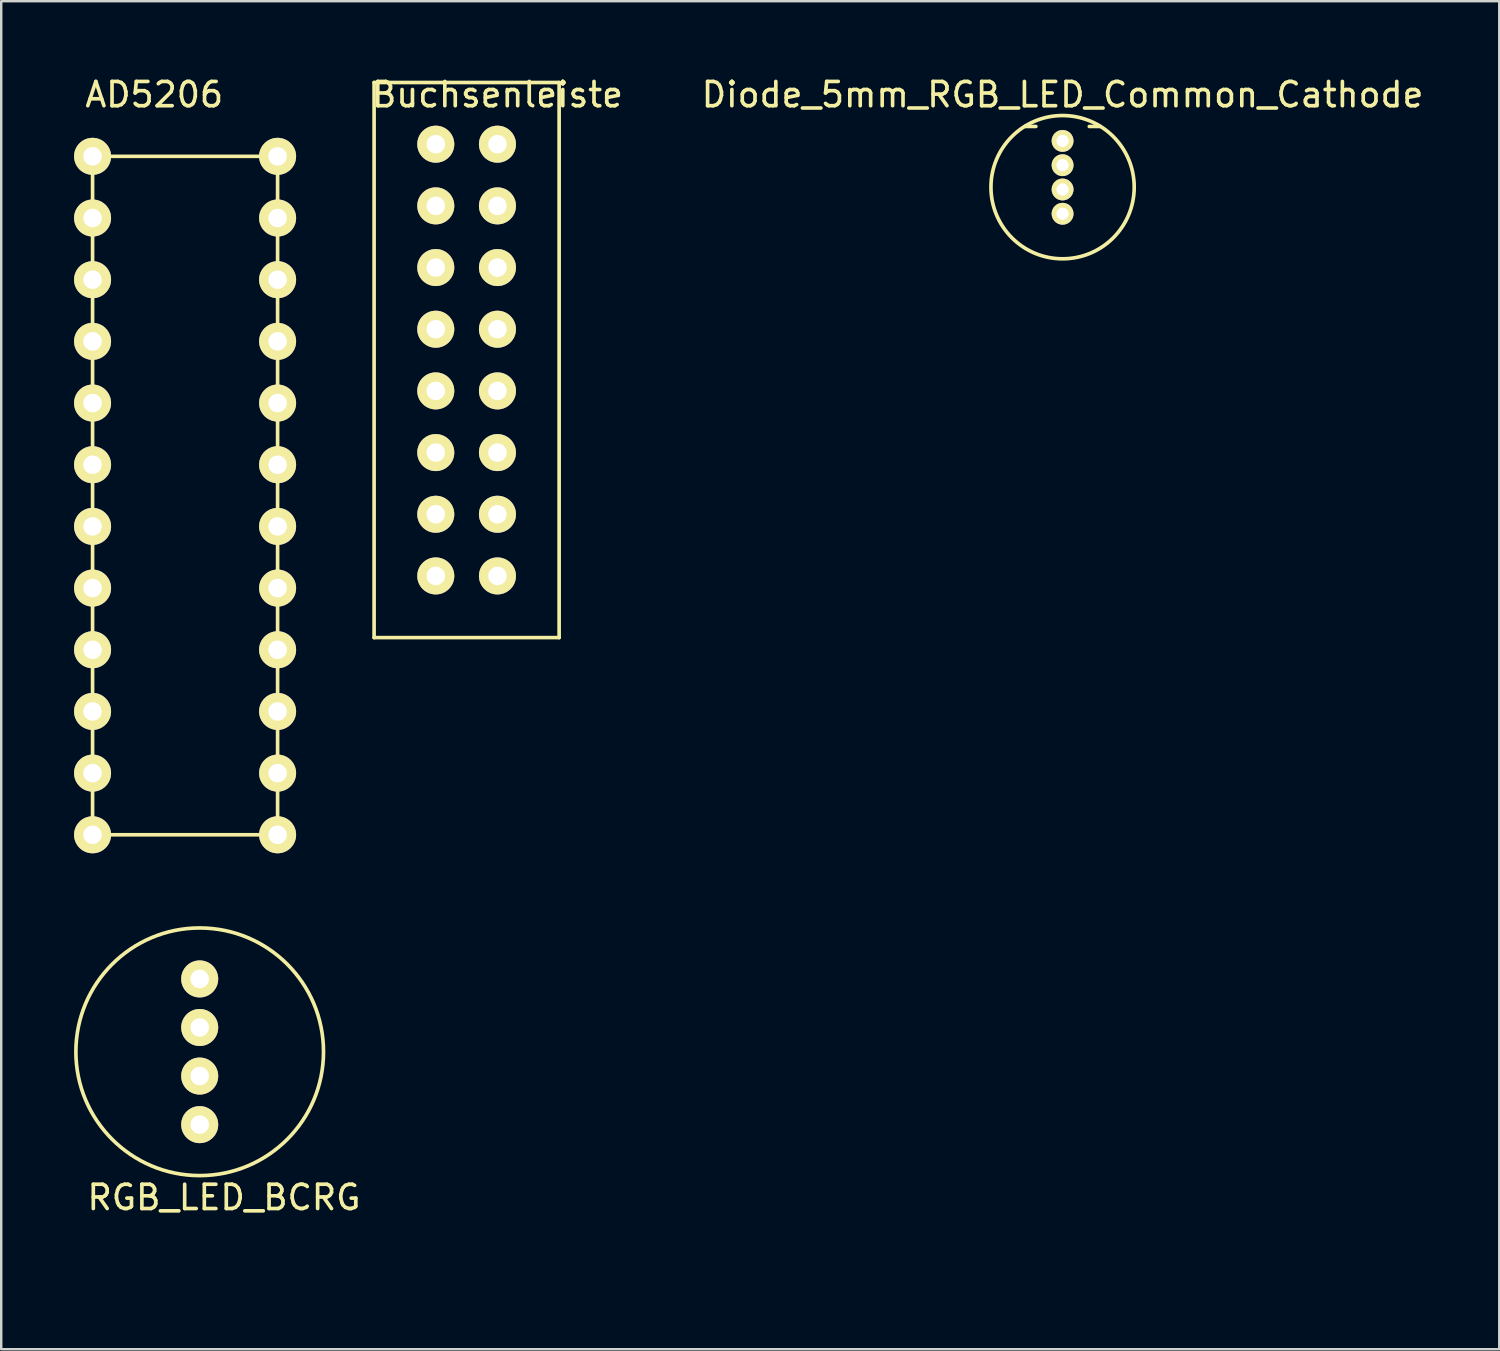
<source format=kicad_pcb>
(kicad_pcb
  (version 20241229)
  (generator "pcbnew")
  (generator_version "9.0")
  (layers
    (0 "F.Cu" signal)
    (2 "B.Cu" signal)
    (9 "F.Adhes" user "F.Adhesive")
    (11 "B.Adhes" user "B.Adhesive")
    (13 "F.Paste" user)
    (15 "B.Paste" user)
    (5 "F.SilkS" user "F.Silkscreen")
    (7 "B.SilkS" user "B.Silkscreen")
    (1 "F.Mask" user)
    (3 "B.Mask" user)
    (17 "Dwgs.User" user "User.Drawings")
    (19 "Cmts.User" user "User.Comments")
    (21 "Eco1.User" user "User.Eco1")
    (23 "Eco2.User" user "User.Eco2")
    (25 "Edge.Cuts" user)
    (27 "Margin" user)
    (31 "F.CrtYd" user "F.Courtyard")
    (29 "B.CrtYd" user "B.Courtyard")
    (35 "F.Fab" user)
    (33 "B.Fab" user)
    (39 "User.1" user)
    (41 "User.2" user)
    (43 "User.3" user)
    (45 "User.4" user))
  (footprint "Buchsenleiste"
    (layer "F.Cu")
    (at 17.436 0.348)
    (property "Reference" "Buchsenleiste" (at 0 0.5 0) (layer "F.SilkS") (effects (font (size 1 1) (thickness 0.15))))
    (attr through_hole)
    (fp_line (start -5.08 0) (end -5.08 22.86) (stroke (width 0.15) (type solid)) (layer "F.SilkS"))
    (fp_line (start -5.08 22.86) (end 2.54 22.86) (stroke (width 0.15) (type solid)) (layer "F.SilkS"))
    (fp_line (start 2.54 0) (end -5.08 0) (stroke (width 0.15) (type solid)) (layer "F.SilkS"))
    (fp_line (start 2.54 22.86) (end 2.54 0) (stroke (width 0.15) (type solid)) (layer "F.SilkS"))
    (pad "1" thru_hole circle (at -2.54 2.54) (size 1.524 1.524) (drill 0.762) (layers "*.Cu" "*.Mask" "F.SilkS"))
    (pad "2" thru_hole circle (at 0 2.54) (size 1.524 1.524) (drill 0.762) (layers "*.Cu" "*.Mask" "F.SilkS"))
    (pad "3" thru_hole circle (at -2.54 5.08) (size 1.524 1.524) (drill 0.762) (layers "*.Cu" "*.Mask" "F.SilkS"))
    (pad "4" thru_hole circle (at 0 5.08) (size 1.524 1.524) (drill 0.762) (layers "*.Cu" "*.Mask" "F.SilkS"))
    (pad "5" thru_hole circle (at -2.54 7.62) (size 1.524 1.524) (drill 0.762) (layers "*.Cu" "*.Mask" "F.SilkS"))
    (pad "6" thru_hole circle (at 0 7.62) (size 1.524 1.524) (drill 0.762) (layers "*.Cu" "*.Mask" "F.SilkS"))
    (pad "7" thru_hole circle (at -2.54 10.16) (size 1.524 1.524) (drill 0.762) (layers "*.Cu" "*.Mask" "F.SilkS"))
    (pad "8" thru_hole circle (at 0 10.16) (size 1.524 1.524) (drill 0.762) (layers "*.Cu" "*.Mask" "F.SilkS"))
    (pad "9" thru_hole circle (at -2.54 12.7) (size 1.524 1.524) (drill 0.762) (layers "*.Cu" "*.Mask" "F.SilkS"))
    (pad "10" thru_hole circle (at 0 12.7) (size 1.524 1.524) (drill 0.762) (layers "*.Cu" "*.Mask" "F.SilkS"))
    (pad "11" thru_hole circle (at -2.54 15.24) (size 1.524 1.524) (drill 0.762) (layers "*.Cu" "*.Mask" "F.SilkS"))
    (pad "12" thru_hole circle (at 0 15.24) (size 1.524 1.524) (drill 0.762) (layers "*.Cu" "*.Mask" "F.SilkS"))
    (pad "13" thru_hole circle (at -2.54 17.78) (size 1.524 1.524) (drill 0.762) (layers "*.Cu" "*.Mask" "F.SilkS"))
    (pad "14" thru_hole circle (at 0 17.78) (size 1.524 1.524) (drill 0.762) (layers "*.Cu" "*.Mask" "F.SilkS"))
    (pad "15" thru_hole circle (at -2.54 20.32) (size 1.524 1.524) (drill 0.762) (layers "*.Cu" "*.Mask" "F.SilkS"))
    (pad "16" thru_hole circle (at 0 20.32) (size 1.524 1.524) (drill 0.762) (layers "*.Cu" "*.Mask" "F.SilkS")))
  (footprint "AD5206"
    (layer "F.Cu")
    (at 3.302 0.848)
    (property "Reference" "AD5206" (at 0 0 0) (layer "F.SilkS") (effects (font (size 1 1) (thickness 0.15))))
    (attr through_hole)
    (fp_line (start -2.54 2.54) (end -2.54 30.48) (stroke (width 0.15) (type solid)) (layer "F.SilkS"))
    (fp_line (start -2.54 30.48) (end 5.08 30.48) (stroke (width 0.15) (type solid)) (layer "F.SilkS"))
    (fp_line (start 5.08 2.54) (end -2.54 2.54) (stroke (width 0.15) (type solid)) (layer "F.SilkS"))
    (fp_line (start 5.08 30.48) (end 5.08 2.54) (stroke (width 0.15) (type solid)) (layer "F.SilkS"))
    (pad "1" thru_hole circle (at -2.54 2.54) (size 1.524 1.524) (drill 0.762) (layers "*.Cu" "*.Mask" "F.SilkS"))
    (pad "2" thru_hole circle (at -2.54 5.08) (size 1.524 1.524) (drill 0.762) (layers "*.Cu" "*.Mask" "F.SilkS"))
    (pad "3" thru_hole circle (at -2.54 7.62) (size 1.524 1.524) (drill 0.762) (layers "*.Cu" "*.Mask" "F.SilkS"))
    (pad "4" thru_hole circle (at -2.54 10.16) (size 1.524 1.524) (drill 0.762) (layers "*.Cu" "*.Mask" "F.SilkS"))
    (pad "5" thru_hole circle (at -2.54 12.7) (size 1.524 1.524) (drill 0.762) (layers "*.Cu" "*.Mask" "F.SilkS"))
    (pad "6" thru_hole circle (at -2.54 15.24) (size 1.524 1.524) (drill 0.762) (layers "*.Cu" "*.Mask" "F.SilkS"))
    (pad "7" thru_hole circle (at -2.54 17.78) (size 1.524 1.524) (drill 0.762) (layers "*.Cu" "*.Mask" "F.SilkS"))
    (pad "8" thru_hole circle (at -2.54 20.32) (size 1.524 1.524) (drill 0.762) (layers "*.Cu" "*.Mask" "F.SilkS"))
    (pad "9" thru_hole circle (at -2.54 22.86) (size 1.524 1.524) (drill 0.762) (layers "*.Cu" "*.Mask" "F.SilkS"))
    (pad "10" thru_hole circle (at -2.54 25.4) (size 1.524 1.524) (drill 0.762) (layers "*.Cu" "*.Mask" "F.SilkS"))
    (pad "11" thru_hole circle (at -2.54 27.94) (size 1.524 1.524) (drill 0.762) (layers "*.Cu" "*.Mask" "F.SilkS"))
    (pad "12" thru_hole circle (at -2.54 30.48) (size 1.524 1.524) (drill 0.762) (layers "*.Cu" "*.Mask" "F.SilkS"))
    (pad "13" thru_hole circle (at 5.08 30.48) (size 1.524 1.524) (drill 0.762) (layers "*.Cu" "*.Mask" "F.SilkS"))
    (pad "14" thru_hole circle (at 5.08 27.94) (size 1.524 1.524) (drill 0.762) (layers "*.Cu" "*.Mask" "F.SilkS"))
    (pad "15" thru_hole circle (at 5.08 25.4) (size 1.524 1.524) (drill 0.762) (layers "*.Cu" "*.Mask" "F.SilkS"))
    (pad "16" thru_hole circle (at 5.08 22.86) (size 1.524 1.524) (drill 0.762) (layers "*.Cu" "*.Mask" "F.SilkS"))
    (pad "17" thru_hole circle (at 5.08 20.32) (size 1.524 1.524) (drill 0.762) (layers "*.Cu" "*.Mask" "F.SilkS"))
    (pad "18" thru_hole circle (at 5.08 17.78) (size 1.524 1.524) (drill 0.762) (layers "*.Cu" "*.Mask" "F.SilkS"))
    (pad "19" thru_hole circle (at 5.08 15.24) (size 1.524 1.524) (drill 0.762) (layers "*.Cu" "*.Mask" "F.SilkS"))
    (pad "20" thru_hole circle (at 5.08 12.7) (size 1.524 1.524) (drill 0.762) (layers "*.Cu" "*.Mask" "F.SilkS"))
    (pad "21" thru_hole circle (at 5.08 10.16) (size 1.524 1.524) (drill 0.762) (layers "*.Cu" "*.Mask" "F.SilkS"))
    (pad "22" thru_hole circle (at 5.08 7.62) (size 1.524 1.524) (drill 0.762) (layers "*.Cu" "*.Mask" "F.SilkS"))
    (pad "23" thru_hole circle (at 5.08 5.08) (size 1.524 1.524) (drill 0.762) (layers "*.Cu" "*.Mask" "F.SilkS"))
    (pad "24" thru_hole circle (at 5.08 2.54) (size 1.524 1.524) (drill 0.762) (layers "*.Cu" "*.Mask" "F.SilkS")))
  (footprint "RGB_LED_BCRG"
    (layer "F.Cu")
    (at 7.174 49.264)
    (property "Reference" "RGB_LED_BCRG" (at -1 -3 0) (layer "F.SilkS") (effects (font (size 1 1) (thickness 0.15))))
    (attr through_hole)
    (fp_circle (center -2 -9) (end -7 -10) (stroke (width 0.15) (type solid)) (fill no) (layer "F.SilkS"))
    (pad "1" thru_hole circle (at -2 -12) (size 1.524 1.524) (drill 0.762) (layers "*.Cu" "*.Mask" "F.SilkS"))
    (pad "2" thru_hole circle (at -2 -10) (size 1.524 1.524) (drill 0.762) (layers "*.Cu" "*.Mask" "F.SilkS"))
    (pad "3" thru_hole circle (at -2 -8) (size 1.524 1.524) (drill 0.762) (layers "*.Cu" "*.Mask" "F.SilkS"))
    (pad "4" thru_hole circle (at -2 -6) (size 1.524 1.524) (drill 0.762) (layers "*.Cu" "*.Mask" "F.SilkS")))
  (footprint "Diode_5mm_RGB_LED_Common_Cathode"
    (layer "F.Cu")
    (at 40.709 2.753)
    (property "Reference" "Diode_5mm_RGB_LED_Common_Cathode" (at 0 -1.905 0) (layer "F.SilkS") (effects (font (size 1 1) (thickness 0.15))))
    (attr through_hole)
    (fp_line (start -1.1 -0.595) (end -1.55 -0.595) (stroke (width 0.15) (type solid)) (layer "F.SilkS"))
    (fp_line (start 1.1 -0.595) (end 1.55 -0.595) (stroke (width 0.15) (type solid)) (layer "F.SilkS"))
    (fp_circle (center 0 1.905) (end 2.95 1.905) (stroke (width 0.15) (type solid)) (fill no) (layer "F.SilkS"))
    (pad "1" thru_hole circle (at 0 0) (size 0.9 0.9) (drill 0.5) (layers "*.Cu" "*.Mask" "F.SilkS"))
    (pad "2" thru_hole circle (at 0 1) (size 0.9 0.9) (drill 0.5) (layers "*.Cu" "*.Mask" "F.SilkS"))
    (pad "3" thru_hole circle (at 0 2) (size 0.9 0.9) (drill 0.5) (layers "*.Cu" "*.Mask" "F.SilkS"))
    (pad "4" thru_hole circle (at 0 3) (size 0.9 0.9) (drill 0.5) (layers "*.Cu" "*.Mask" "F.SilkS")))
  (gr_rect
    (start -3 -3)
    (end 58.692 52.514)
    (stroke (width 0.1) (type default))
    (fill no)
    (layer "Edge.Cuts")))
</source>
